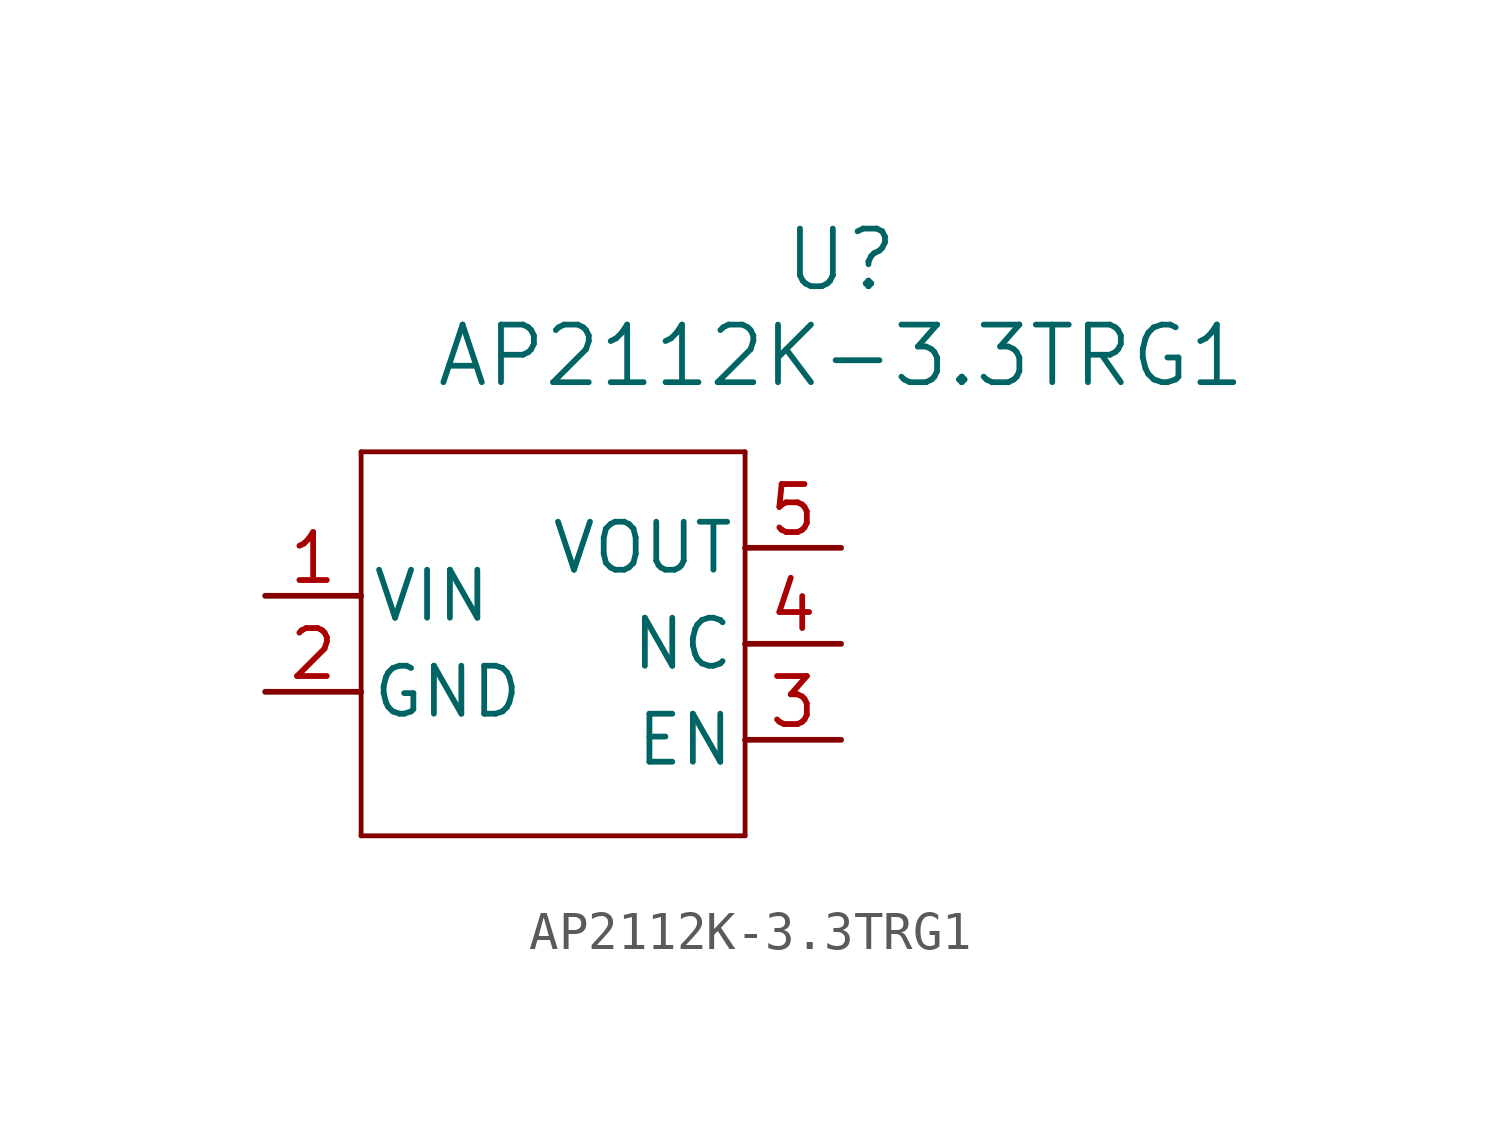
<source format=kicad_sym>
(kicad_symbol_lib
  (version 20220914)
  (generator kicad_symbol_editor)
  (symbol "AP2112K-3.3TRG1"
    (pin_names
      (offset 0.254))
    (property "Reference" "U"
      (at 12.7 15.24 0)
      (effects (font (size 1.524 1.524))))
    (property "Value" "AP2112K-3.3TRG1"
      (at 12.7 12.7 0)
      (effects (font (size 1.524 1.524))))
    (symbol "AP2112K-3.3TRG1_0_1"
      (polyline (pts (xy 0 0) (xy 10.16 0)) (stroke (width 0.127) (type default)) (fill (type none)))
      (polyline (pts (xy 0 10.16) (xy 0 0)) (stroke (width 0.127) (type default)) (fill (type none)))
      (polyline (pts (xy 10.16 0) (xy 10.16 10.16)) (stroke (width 0.127) (type default)) (fill (type none)))
      (polyline (pts (xy 10.16 10.16) (xy 0 10.16)) (stroke (width 0.127) (type default)) (fill (type none))))
    (symbol "AP2112K-3.3TRG1_1_1"
      (pin unspecified line (at -2.54 6.35 0) (length 2.54) (name "VIN" (effects (font (size 1.27 1.27)))) (number "1" (effects (font (size 1.27 1.27)))))
      (pin unspecified line (at -2.54 3.81 0) (length 2.54) (name "GND" (effects (font (size 1.27 1.27)))) (number "2" (effects (font (size 1.27 1.27)))))
      (pin unspecified line (at 12.7 2.54 180) (length 2.54) (name "EN" (effects (font (size 1.27 1.27)))) (number "3" (effects (font (size 1.27 1.27)))))
      (pin unspecified line (at 12.7 5.08 180) (length 2.54) (name "NC" (effects (font (size 1.27 1.27)))) (number "4" (effects (font (size 1.27 1.27)))))
      (pin unspecified line (at 12.7 7.62 180) (length 2.54) (name "VOUT" (effects (font (size 1.27 1.27)))) (number "5" (effects (font (size 1.27 1.27))))))))
</source>
